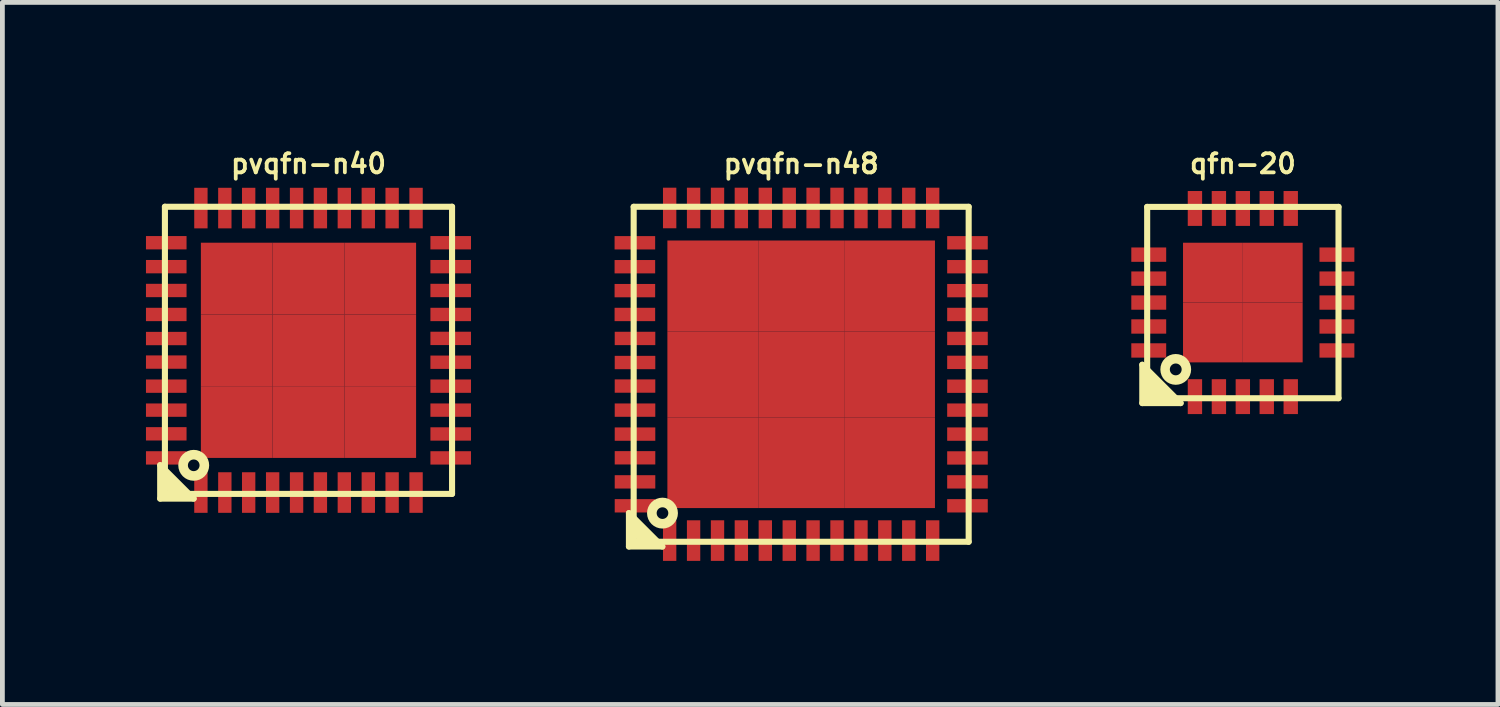
<source format=kicad_pcb>
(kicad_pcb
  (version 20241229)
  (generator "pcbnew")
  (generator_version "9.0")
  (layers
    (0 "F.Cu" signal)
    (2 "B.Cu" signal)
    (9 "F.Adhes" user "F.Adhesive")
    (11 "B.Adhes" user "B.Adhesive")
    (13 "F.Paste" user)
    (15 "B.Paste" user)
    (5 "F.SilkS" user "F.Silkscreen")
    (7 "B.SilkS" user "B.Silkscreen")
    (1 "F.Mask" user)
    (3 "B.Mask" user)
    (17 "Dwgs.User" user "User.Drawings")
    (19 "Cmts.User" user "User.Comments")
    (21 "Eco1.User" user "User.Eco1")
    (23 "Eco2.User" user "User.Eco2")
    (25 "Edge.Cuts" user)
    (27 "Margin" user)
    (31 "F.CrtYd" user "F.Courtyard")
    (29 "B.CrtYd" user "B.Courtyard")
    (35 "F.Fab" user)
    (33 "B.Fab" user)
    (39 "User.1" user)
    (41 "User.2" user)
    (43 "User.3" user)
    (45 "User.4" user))
  (footprint "pvqfn-n40"
    (layer "F.Cu")
    (at 3.396 4.27)
    (property "Reference" "pvqfn-n40" (at 0 -3.899 0) (layer "F.SilkS") (effects (font (size 0.399 0.399) (thickness 0.079))))
    (attr through_hole)
    (fp_line (start -3.099 2.4) (end -3.099 3.099) (stroke (width 0.127) (type solid)) (layer "F.SilkS"))
    (fp_line (start -3.099 3.099) (end -2.4 3.099) (stroke (width 0.127) (type solid)) (layer "F.SilkS"))
    (fp_line (start -3 -3) (end 3 -3) (stroke (width 0.127) (type solid)) (layer "F.SilkS"))
    (fp_line (start -3 2.7) (end -2.7 3) (stroke (width 0.127) (type solid)) (layer "F.SilkS"))
    (fp_line (start -3 3) (end -3 -3) (stroke (width 0.127) (type solid)) (layer "F.SilkS"))
    (fp_line (start -2.797 3) (end -2.997 2.799) (stroke (width 0.127) (type solid)) (layer "F.SilkS"))
    (fp_line (start -2.601 3.002) (end -3 2.603) (stroke (width 0.127) (type solid)) (layer "F.SilkS"))
    (fp_line (start -2.4 3.099) (end -3.099 2.4) (stroke (width 0.127) (type solid)) (layer "F.SilkS"))
    (fp_line (start 3 -3) (end 3 3) (stroke (width 0.127) (type solid)) (layer "F.SilkS"))
    (fp_line (start 3 3) (end -3 3) (stroke (width 0.127) (type solid)) (layer "F.SilkS"))
    (fp_circle (center -2.398 2.403) (end -2.2 2.504) (stroke (width 0.201) (type solid)) (fill no) (layer "F.SilkS"))
    (pad "1" smd rect (at -2.248 2.972) (size 0.279 0.848) (layers "F.Cu" "F.Mask" "F.Paste"))
    (pad "2" smd rect (at -1.748 2.972) (size 0.279 0.848) (layers "F.Cu" "F.Mask" "F.Paste"))
    (pad "3" smd rect (at -1.25 2.972) (size 0.279 0.848) (layers "F.Cu" "F.Mask" "F.Paste"))
    (pad "4" smd rect (at -0.749 2.972) (size 0.279 0.848) (layers "F.Cu" "F.Mask" "F.Paste"))
    (pad "5" smd rect (at -0.249 2.972) (size 0.279 0.848) (layers "F.Cu" "F.Mask" "F.Paste"))
    (pad "6" smd rect (at 0.249 2.972) (size 0.279 0.848) (layers "F.Cu" "F.Mask" "F.Paste"))
    (pad "7" smd rect (at 0.749 2.972) (size 0.279 0.848) (layers "F.Cu" "F.Mask" "F.Paste"))
    (pad "8" smd rect (at 1.25 2.972) (size 0.279 0.848) (layers "F.Cu" "F.Mask" "F.Paste"))
    (pad "9" smd rect (at 1.748 2.972) (size 0.279 0.848) (layers "F.Cu" "F.Mask" "F.Paste"))
    (pad "10" smd rect (at 2.248 2.972) (size 0.279 0.848) (layers "F.Cu" "F.Mask" "F.Paste"))
    (pad "11" smd rect (at 2.972 2.248) (size 0.848 0.279) (layers "F.Cu" "F.Mask" "F.Paste"))
    (pad "12" smd rect (at 2.972 1.748) (size 0.848 0.279) (layers "F.Cu" "F.Mask" "F.Paste"))
    (pad "13" smd rect (at 2.972 1.25) (size 0.848 0.279) (layers "F.Cu" "F.Mask" "F.Paste"))
    (pad "14" smd rect (at 2.972 0.749) (size 0.848 0.279) (layers "F.Cu" "F.Mask" "F.Paste"))
    (pad "15" smd rect (at 2.972 0.249) (size 0.848 0.279) (layers "F.Cu" "F.Mask" "F.Paste"))
    (pad "16" smd rect (at 2.972 -0.249) (size 0.848 0.279) (layers "F.Cu" "F.Mask" "F.Paste"))
    (pad "17" smd rect (at 2.972 -0.749) (size 0.848 0.279) (layers "F.Cu" "F.Mask" "F.Paste"))
    (pad "18" smd rect (at 2.972 -1.25) (size 0.848 0.279) (layers "F.Cu" "F.Mask" "F.Paste"))
    (pad "19" smd rect (at 2.972 -1.748) (size 0.848 0.279) (layers "F.Cu" "F.Mask" "F.Paste"))
    (pad "20" smd rect (at 2.972 -2.248) (size 0.848 0.279) (layers "F.Cu" "F.Mask" "F.Paste"))
    (pad "21" smd rect (at 2.248 -2.972) (size 0.279 0.848) (layers "F.Cu" "F.Mask" "F.Paste"))
    (pad "22" smd rect (at 1.748 -2.972) (size 0.279 0.848) (layers "F.Cu" "F.Mask" "F.Paste"))
    (pad "23" smd rect (at 1.25 -2.972) (size 0.279 0.848) (layers "F.Cu" "F.Mask" "F.Paste"))
    (pad "24" smd rect (at 0.749 -2.972) (size 0.279 0.848) (layers "F.Cu" "F.Mask" "F.Paste"))
    (pad "25" smd rect (at 0.249 -2.972) (size 0.279 0.848) (layers "F.Cu" "F.Mask" "F.Paste"))
    (pad "26" smd rect (at -0.249 -2.972) (size 0.279 0.848) (layers "F.Cu" "F.Mask" "F.Paste"))
    (pad "27" smd rect (at -0.749 -2.972) (size 0.279 0.848) (layers "F.Cu" "F.Mask" "F.Paste"))
    (pad "28" smd rect (at -1.25 -2.972) (size 0.279 0.848) (layers "F.Cu" "F.Mask" "F.Paste"))
    (pad "29" smd rect (at -1.748 -2.972) (size 0.279 0.848) (layers "F.Cu" "F.Mask" "F.Paste"))
    (pad "30" smd rect (at -2.248 -2.972) (size 0.279 0.848) (layers "F.Cu" "F.Mask" "F.Paste"))
    (pad "31" smd rect (at -2.972 -2.248) (size 0.848 0.279) (layers "F.Cu" "F.Mask" "F.Paste"))
    (pad "32" smd rect (at -2.972 -1.748) (size 0.848 0.279) (layers "F.Cu" "F.Mask" "F.Paste"))
    (pad "33" smd rect (at -2.972 -1.25) (size 0.848 0.279) (layers "F.Cu" "F.Mask" "F.Paste"))
    (pad "34" smd rect (at -2.972 -0.749) (size 0.848 0.279) (layers "F.Cu" "F.Mask" "F.Paste"))
    (pad "35" smd rect (at -2.972 -0.246) (size 0.848 0.279) (layers "F.Cu" "F.Mask" "F.Paste"))
    (pad "36" smd rect (at -2.972 0.246) (size 0.848 0.279) (layers "F.Cu" "F.Mask" "F.Paste"))
    (pad "37" smd rect (at -2.972 0.749) (size 0.848 0.279) (layers "F.Cu" "F.Mask" "F.Paste"))
    (pad "38" smd rect (at -2.972 1.25) (size 0.848 0.279) (layers "F.Cu" "F.Mask" "F.Paste"))
    (pad "39" smd rect (at -2.972 1.745) (size 0.848 0.279) (layers "F.Cu" "F.Mask" "F.Paste"))
    (pad "40" smd rect (at -2.972 2.248) (size 0.848 0.279) (layers "F.Cu" "F.Mask" "F.Paste"))
    (pad "41" smd rect (at -1.499 -1.499) (size 1.499 1.499) (layers "F.Cu" "F.Mask" "F.Paste"))
    (pad "41" smd rect (at -1.499 0) (size 1.499 1.499) (layers "F.Cu" "F.Mask" "F.Paste"))
    (pad "41" smd rect (at -1.499 1.499) (size 1.499 1.499) (layers "F.Cu" "F.Mask" "F.Paste"))
    (pad "41" smd rect (at 0 -1.499) (size 1.499 1.499) (layers "F.Cu" "F.Mask" "F.Paste"))
    (pad "41" smd rect (at 0 0) (size 1.499 1.499) (layers "F.Cu" "F.Mask" "F.Paste"))
    (pad "41" smd rect (at 0 1.499) (size 1.499 1.499) (layers "F.Cu" "F.Mask" "F.Paste"))
    (pad "41" smd rect (at 1.499 -1.499) (size 1.499 1.499) (layers "F.Cu" "F.Mask" "F.Paste"))
    (pad "41" smd rect (at 1.499 0) (size 1.499 1.499) (layers "F.Cu" "F.Mask" "F.Paste"))
    (pad "41" smd rect (at 1.499 1.499) (size 1.499 1.499) (layers "F.Cu" "F.Mask" "F.Paste")))
  (footprint "qfn-20"
    (layer "F.Cu")
    (at 22.92 3.272)
    (property "Reference" "qfn-20" (at 0 -2.901 0) (layer "F.SilkS") (effects (font (size 0.399 0.399) (thickness 0.079))))
    (attr through_hole)
    (fp_line (start -2.101 1.3) (end -2.101 2.101) (stroke (width 0.127) (type solid)) (layer "F.SilkS"))
    (fp_line (start -2.101 2.101) (end -1.3 2.101) (stroke (width 0.127) (type solid)) (layer "F.SilkS"))
    (fp_line (start -1.999 -1.999) (end 1.999 -1.999) (stroke (width 0.127) (type solid)) (layer "F.SilkS"))
    (fp_line (start -1.999 1.4) (end -1.999 1.6) (stroke (width 0.127) (type solid)) (layer "F.SilkS"))
    (fp_line (start -1.999 1.501) (end -1.999 1.699) (stroke (width 0.127) (type solid)) (layer "F.SilkS"))
    (fp_line (start -1.999 1.501) (end -1.501 1.999) (stroke (width 0.127) (type solid)) (layer "F.SilkS"))
    (fp_line (start -1.999 1.6) (end -1.6 1.999) (stroke (width 0.127) (type solid)) (layer "F.SilkS"))
    (fp_line (start -1.999 1.699) (end -1.999 1.801) (stroke (width 0.127) (type solid)) (layer "F.SilkS"))
    (fp_line (start -1.999 1.801) (end -1.801 1.999) (stroke (width 0.127) (type solid)) (layer "F.SilkS"))
    (fp_line (start -1.999 1.999) (end -1.999 -1.999) (stroke (width 0.127) (type solid)) (layer "F.SilkS"))
    (fp_line (start -1.699 1.999) (end -1.999 1.699) (stroke (width 0.127) (type solid)) (layer "F.SilkS"))
    (fp_line (start -1.6 1.999) (end -1.699 1.999) (stroke (width 0.127) (type solid)) (layer "F.SilkS"))
    (fp_line (start -1.3 2.101) (end -2.101 1.3) (stroke (width 0.127) (type solid)) (layer "F.SilkS"))
    (fp_line (start 1.999 -1.999) (end 1.999 1.999) (stroke (width 0.127) (type solid)) (layer "F.SilkS"))
    (fp_line (start 1.999 1.999) (end -1.999 1.999) (stroke (width 0.127) (type solid)) (layer "F.SilkS"))
    (fp_circle (center -1.402 1.397) (end -1.204 1.499) (stroke (width 0.198) (type solid)) (fill no) (layer "F.SilkS"))
    (pad "1" smd rect (at -1.001 1.966) (size 0.3 0.729) (layers "F.Cu" "F.Mask" "F.Paste"))
    (pad "2" smd rect (at -0.5 1.966) (size 0.3 0.729) (layers "F.Cu" "F.Mask" "F.Paste"))
    (pad "3" smd rect (at 0 1.966) (size 0.3 0.729) (layers "F.Cu" "F.Mask" "F.Paste"))
    (pad "4" smd rect (at 0.5 1.966) (size 0.3 0.729) (layers "F.Cu" "F.Mask" "F.Paste"))
    (pad "5" smd rect (at 1.001 1.966) (size 0.3 0.729) (layers "F.Cu" "F.Mask" "F.Paste"))
    (pad "6" smd rect (at 1.966 1.001) (size 0.729 0.3) (layers "F.Cu" "F.Mask" "F.Paste"))
    (pad "7" smd rect (at 1.966 0.5) (size 0.729 0.3) (layers "F.Cu" "F.Mask" "F.Paste"))
    (pad "8" smd rect (at 1.966 0) (size 0.729 0.3) (layers "F.Cu" "F.Mask" "F.Paste"))
    (pad "9" smd rect (at 1.966 -0.5) (size 0.729 0.3) (layers "F.Cu" "F.Mask" "F.Paste"))
    (pad "10" smd rect (at 1.966 -1.001) (size 0.729 0.3) (layers "F.Cu" "F.Mask" "F.Paste"))
    (pad "11" smd rect (at 1.001 -1.966) (size 0.3 0.729) (layers "F.Cu" "F.Mask" "F.Paste"))
    (pad "12" smd rect (at 0.5 -1.966) (size 0.3 0.729) (layers "F.Cu" "F.Mask" "F.Paste"))
    (pad "13" smd rect (at 0 -1.966) (size 0.3 0.729) (layers "F.Cu" "F.Mask" "F.Paste"))
    (pad "14" smd rect (at -0.5 -1.966) (size 0.3 0.729) (layers "F.Cu" "F.Mask" "F.Paste"))
    (pad "15" smd rect (at -1.001 -1.966) (size 0.3 0.729) (layers "F.Cu" "F.Mask" "F.Paste"))
    (pad "16" smd rect (at -1.966 -1.001) (size 0.729 0.3) (layers "F.Cu" "F.Mask" "F.Paste"))
    (pad "17" smd rect (at -1.966 -0.5) (size 0.729 0.3) (layers "F.Cu" "F.Mask" "F.Paste"))
    (pad "18" smd rect (at -1.966 0) (size 0.729 0.3) (layers "F.Cu" "F.Mask" "F.Paste"))
    (pad "19" smd rect (at -1.966 0.5) (size 0.729 0.3) (layers "F.Cu" "F.Mask" "F.Paste"))
    (pad "20" smd rect (at -1.966 1.001) (size 0.729 0.3) (layers "F.Cu" "F.Mask" "F.Paste"))
    (pad "21" smd rect (at -0.625 -0.625) (size 1.25 1.25) (layers "F.Cu" "F.Mask" "F.Paste"))
    (pad "21" smd rect (at -0.625 0.625) (size 1.25 1.25) (layers "F.Cu" "F.Mask" "F.Paste"))
    (pad "21" smd rect (at 0.625 -0.625) (size 1.25 1.25) (layers "F.Cu" "F.Mask" "F.Paste"))
    (pad "21" smd rect (at 0.625 0.625) (size 1.25 1.25) (layers "F.Cu" "F.Mask" "F.Paste")))
  (footprint "pvqfn-n48"
    (layer "F.Cu")
    (at 13.691 4.771)
    (property "Reference" "pvqfn-n48" (at 0 -4.399 0) (layer "F.SilkS") (effects (font (size 0.399 0.399) (thickness 0.079))))
    (attr through_hole)
    (fp_line (start -3.599 2.901) (end -3.599 3.599) (stroke (width 0.127) (type solid)) (layer "F.SilkS"))
    (fp_line (start -3.599 3.599) (end -2.901 3.599) (stroke (width 0.127) (type solid)) (layer "F.SilkS"))
    (fp_line (start -3.5 -3.5) (end -3.5 3.5) (stroke (width 0.127) (type solid)) (layer "F.SilkS"))
    (fp_line (start -3.5 3.2) (end -3.2 3.5) (stroke (width 0.127) (type solid)) (layer "F.SilkS"))
    (fp_line (start -3.5 3.5) (end 3.5 3.5) (stroke (width 0.127) (type solid)) (layer "F.SilkS"))
    (fp_line (start -3.297 3.5) (end -3.498 3.299) (stroke (width 0.127) (type solid)) (layer "F.SilkS"))
    (fp_line (start -3.101 3.503) (end -3.5 3.104) (stroke (width 0.127) (type solid)) (layer "F.SilkS"))
    (fp_line (start -2.901 3.599) (end -3.599 2.901) (stroke (width 0.127) (type solid)) (layer "F.SilkS"))
    (fp_line (start 3.5 -3.5) (end -3.5 -3.5) (stroke (width 0.127) (type solid)) (layer "F.SilkS"))
    (fp_line (start 3.5 3.5) (end 3.5 -3.5) (stroke (width 0.127) (type solid)) (layer "F.SilkS"))
    (fp_circle (center -2.898 2.901) (end -2.7 3.002) (stroke (width 0.201) (type solid)) (fill no) (layer "F.SilkS"))
    (pad "1" smd rect (at -2.748 3.475) (size 0.279 0.848) (layers "F.Cu" "F.Mask" "F.Paste"))
    (pad "2" smd rect (at -2.248 3.475) (size 0.279 0.848) (layers "F.Cu" "F.Mask" "F.Paste"))
    (pad "3" smd rect (at -1.748 3.475) (size 0.279 0.848) (layers "F.Cu" "F.Mask" "F.Paste"))
    (pad "4" smd rect (at -1.25 3.475) (size 0.279 0.848) (layers "F.Cu" "F.Mask" "F.Paste"))
    (pad "5" smd rect (at -0.749 3.475) (size 0.279 0.848) (layers "F.Cu" "F.Mask" "F.Paste"))
    (pad "6" smd rect (at -0.249 3.475) (size 0.279 0.848) (layers "F.Cu" "F.Mask" "F.Paste"))
    (pad "7" smd rect (at 0.249 3.475) (size 0.279 0.848) (layers "F.Cu" "F.Mask" "F.Paste"))
    (pad "8" smd rect (at 0.749 3.475) (size 0.279 0.848) (layers "F.Cu" "F.Mask" "F.Paste"))
    (pad "9" smd rect (at 1.25 3.475) (size 0.279 0.848) (layers "F.Cu" "F.Mask" "F.Paste"))
    (pad "10" smd rect (at 1.748 3.475) (size 0.279 0.848) (layers "F.Cu" "F.Mask" "F.Paste"))
    (pad "11" smd rect (at 2.248 3.475) (size 0.279 0.848) (layers "F.Cu" "F.Mask" "F.Paste"))
    (pad "12" smd rect (at 2.748 3.475) (size 0.279 0.848) (layers "F.Cu" "F.Mask" "F.Paste"))
    (pad "13" smd rect (at 3.475 2.748) (size 0.848 0.279) (layers "F.Cu" "F.Mask" "F.Paste"))
    (pad "14" smd rect (at 3.475 2.248) (size 0.848 0.279) (layers "F.Cu" "F.Mask" "F.Paste"))
    (pad "15" smd rect (at 3.475 1.748) (size 0.848 0.279) (layers "F.Cu" "F.Mask" "F.Paste"))
    (pad "16" smd rect (at 3.475 1.25) (size 0.848 0.279) (layers "F.Cu" "F.Mask" "F.Paste"))
    (pad "17" smd rect (at 3.475 0.749) (size 0.848 0.279) (layers "F.Cu" "F.Mask" "F.Paste"))
    (pad "18" smd rect (at 3.475 0.249) (size 0.848 0.279) (layers "F.Cu" "F.Mask" "F.Paste"))
    (pad "19" smd rect (at 3.475 -0.249) (size 0.848 0.279) (layers "F.Cu" "F.Mask" "F.Paste"))
    (pad "20" smd rect (at 3.475 -0.749) (size 0.848 0.279) (layers "F.Cu" "F.Mask" "F.Paste"))
    (pad "21" smd rect (at 3.475 -1.25) (size 0.848 0.279) (layers "F.Cu" "F.Mask" "F.Paste"))
    (pad "22" smd rect (at 3.475 -1.748) (size 0.848 0.279) (layers "F.Cu" "F.Mask" "F.Paste"))
    (pad "23" smd rect (at 3.475 -2.248) (size 0.848 0.279) (layers "F.Cu" "F.Mask" "F.Paste"))
    (pad "24" smd rect (at 3.475 -2.748) (size 0.848 0.279) (layers "F.Cu" "F.Mask" "F.Paste"))
    (pad "25" smd rect (at 2.748 -3.475) (size 0.279 0.848) (layers "F.Cu" "F.Mask" "F.Paste"))
    (pad "26" smd rect (at 2.248 -3.475) (size 0.279 0.848) (layers "F.Cu" "F.Mask" "F.Paste"))
    (pad "27" smd rect (at 1.748 -3.475) (size 0.279 0.848) (layers "F.Cu" "F.Mask" "F.Paste"))
    (pad "28" smd rect (at 1.25 -3.475) (size 0.279 0.848) (layers "F.Cu" "F.Mask" "F.Paste"))
    (pad "29" smd rect (at 0.749 -3.475) (size 0.279 0.848) (layers "F.Cu" "F.Mask" "F.Paste"))
    (pad "30" smd rect (at 0.249 -3.475) (size 0.279 0.848) (layers "F.Cu" "F.Mask" "F.Paste"))
    (pad "31" smd rect (at -0.249 -3.475) (size 0.279 0.848) (layers "F.Cu" "F.Mask" "F.Paste"))
    (pad "32" smd rect (at -0.749 -3.475) (size 0.279 0.848) (layers "F.Cu" "F.Mask" "F.Paste"))
    (pad "33" smd rect (at -1.25 -3.475) (size 0.279 0.848) (layers "F.Cu" "F.Mask" "F.Paste"))
    (pad "34" smd rect (at -1.748 -3.475) (size 0.279 0.848) (layers "F.Cu" "F.Mask" "F.Paste"))
    (pad "35" smd rect (at -2.248 -3.475) (size 0.279 0.848) (layers "F.Cu" "F.Mask" "F.Paste"))
    (pad "36" smd rect (at -2.748 -3.475) (size 0.279 0.848) (layers "F.Cu" "F.Mask" "F.Paste"))
    (pad "37" smd rect (at -3.475 -2.748) (size 0.848 0.279) (layers "F.Cu" "F.Mask" "F.Paste"))
    (pad "38" smd rect (at -3.475 -2.248) (size 0.848 0.279) (layers "F.Cu" "F.Mask" "F.Paste"))
    (pad "39" smd rect (at -3.475 -1.748) (size 0.848 0.279) (layers "F.Cu" "F.Mask" "F.Paste"))
    (pad "40" smd rect (at -3.475 -1.25) (size 0.848 0.279) (layers "F.Cu" "F.Mask" "F.Paste"))
    (pad "41" smd rect (at -3.472 -0.749) (size 0.848 0.279) (layers "F.Cu" "F.Mask" "F.Paste"))
    (pad "42" smd rect (at -3.472 -0.246) (size 0.848 0.279) (layers "F.Cu" "F.Mask" "F.Paste"))
    (pad "43" smd rect (at -3.472 0.246) (size 0.848 0.279) (layers "F.Cu" "F.Mask" "F.Paste"))
    (pad "44" smd rect (at -3.472 0.749) (size 0.848 0.279) (layers "F.Cu" "F.Mask" "F.Paste"))
    (pad "45" smd rect (at -3.472 1.25) (size 0.848 0.279) (layers "F.Cu" "F.Mask" "F.Paste"))
    (pad "46" smd rect (at -3.472 1.745) (size 0.848 0.279) (layers "F.Cu" "F.Mask" "F.Paste"))
    (pad "47" smd rect (at -3.472 2.248) (size 0.848 0.279) (layers "F.Cu" "F.Mask" "F.Paste"))
    (pad "48" smd rect (at -3.472 2.748) (size 0.848 0.279) (layers "F.Cu" "F.Mask" "F.Paste"))
    (pad "49" smd rect (at -1.847 -1.847) (size 1.897 1.897) (layers "F.Cu" "F.Mask" "F.Paste"))
    (pad "49" smd rect (at -1.847 0) (size 1.897 1.796) (layers "F.Cu" "F.Mask" "F.Paste"))
    (pad "49" smd rect (at -1.847 1.847) (size 1.897 1.897) (layers "F.Cu" "F.Mask" "F.Paste"))
    (pad "49" smd rect (at 0 -1.847) (size 1.796 1.897) (layers "F.Cu" "F.Mask" "F.Paste"))
    (pad "49" smd rect (at 0 0) (size 1.796 1.796) (layers "F.Cu" "F.Mask" "F.Paste"))
    (pad "49" smd rect (at 0 1.847) (size 1.796 1.897) (layers "F.Cu" "F.Mask" "F.Paste"))
    (pad "49" smd rect (at 1.847 -1.847) (size 1.897 1.897) (layers "F.Cu" "F.Mask" "F.Paste"))
    (pad "49" smd rect (at 1.847 0) (size 1.897 1.796) (layers "F.Cu" "F.Mask" "F.Paste"))
    (pad "49" smd rect (at 1.847 1.847) (size 1.897 1.897) (layers "F.Cu" "F.Mask" "F.Paste")))
  (gr_rect
    (start -3 -3)
    (end 28.251 11.67)
    (stroke (width 0.1) (type default))
    (fill no)
    (layer "Edge.Cuts")))
</source>
